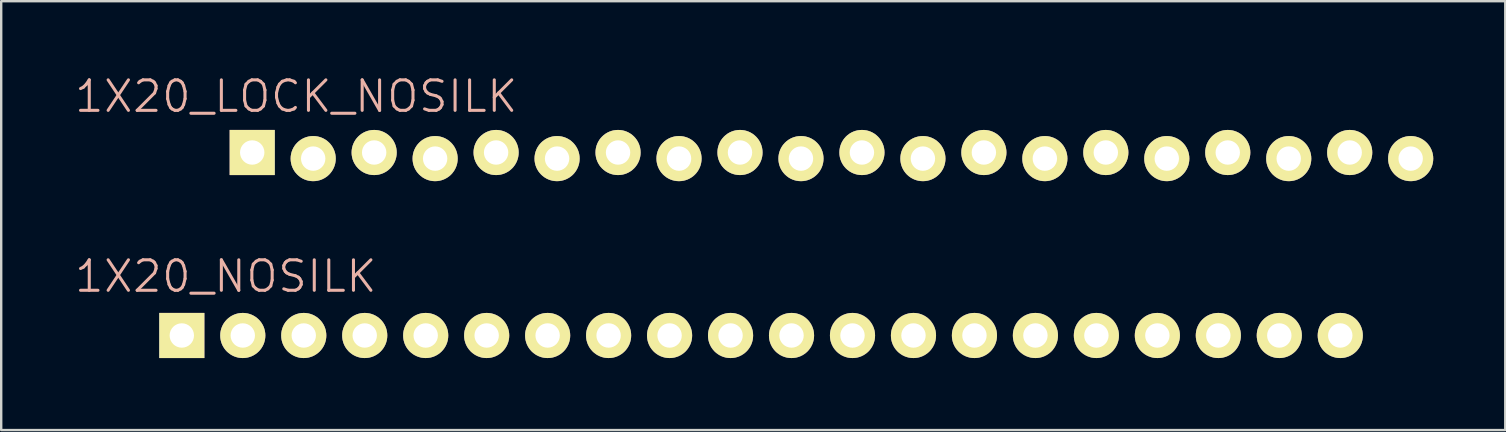
<source format=kicad_pcb>
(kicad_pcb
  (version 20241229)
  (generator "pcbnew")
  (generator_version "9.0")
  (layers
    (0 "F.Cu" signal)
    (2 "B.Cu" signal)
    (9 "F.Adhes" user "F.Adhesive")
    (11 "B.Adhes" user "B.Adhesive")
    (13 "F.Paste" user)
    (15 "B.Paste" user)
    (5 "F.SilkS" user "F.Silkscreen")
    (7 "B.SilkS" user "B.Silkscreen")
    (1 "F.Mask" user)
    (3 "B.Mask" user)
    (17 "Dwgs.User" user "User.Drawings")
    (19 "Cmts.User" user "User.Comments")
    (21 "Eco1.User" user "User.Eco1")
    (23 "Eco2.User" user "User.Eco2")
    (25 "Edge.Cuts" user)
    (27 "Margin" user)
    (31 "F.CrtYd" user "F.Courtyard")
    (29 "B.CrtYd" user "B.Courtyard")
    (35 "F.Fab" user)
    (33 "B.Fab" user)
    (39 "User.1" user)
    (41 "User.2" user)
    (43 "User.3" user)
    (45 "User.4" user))
  (footprint "1X20_NOSILK"
    (layer "F.Cu")
    (at 4.524 10.926)
    (property "Reference" "1X20_NOSILK" (at 1.829 -2.464 0) (layer "B.SilkS") (effects (font (size 1.27 1.27) (thickness 0.127))))
    (attr exclude_from_pos_files exclude_from_bom)
    (fp_line (start -0.254 -0.254) (end 0.254 -0.254) (stroke (width 0.066) (type solid)) (layer "F.SilkS"))
    (fp_line (start -0.254 0.254) (end -0.254 -0.254) (stroke (width 0.066) (type solid)) (layer "F.SilkS"))
    (fp_line (start -0.254 0.254) (end 0.254 0.254) (stroke (width 0.066) (type solid)) (layer "F.SilkS"))
    (fp_line (start 0.254 0.254) (end 0.254 -0.254) (stroke (width 0.066) (type solid)) (layer "F.SilkS"))
    (fp_line (start 2.286 -0.254) (end 2.794 -0.254) (stroke (width 0.066) (type solid)) (layer "F.SilkS"))
    (fp_line (start 2.286 0.254) (end 2.286 -0.254) (stroke (width 0.066) (type solid)) (layer "F.SilkS"))
    (fp_line (start 2.286 0.254) (end 2.794 0.254) (stroke (width 0.066) (type solid)) (layer "F.SilkS"))
    (fp_line (start 2.794 0.254) (end 2.794 -0.254) (stroke (width 0.066) (type solid)) (layer "F.SilkS"))
    (fp_line (start 4.826 -0.254) (end 5.334 -0.254) (stroke (width 0.066) (type solid)) (layer "F.SilkS"))
    (fp_line (start 4.826 0.254) (end 4.826 -0.254) (stroke (width 0.066) (type solid)) (layer "F.SilkS"))
    (fp_line (start 4.826 0.254) (end 5.334 0.254) (stroke (width 0.066) (type solid)) (layer "F.SilkS"))
    (fp_line (start 5.334 0.254) (end 5.334 -0.254) (stroke (width 0.066) (type solid)) (layer "F.SilkS"))
    (fp_line (start 7.366 -0.254) (end 7.874 -0.254) (stroke (width 0.066) (type solid)) (layer "F.SilkS"))
    (fp_line (start 7.366 0.254) (end 7.366 -0.254) (stroke (width 0.066) (type solid)) (layer "F.SilkS"))
    (fp_line (start 7.366 0.254) (end 7.874 0.254) (stroke (width 0.066) (type solid)) (layer "F.SilkS"))
    (fp_line (start 7.874 0.254) (end 7.874 -0.254) (stroke (width 0.066) (type solid)) (layer "F.SilkS"))
    (fp_line (start 9.906 -0.254) (end 10.414 -0.254) (stroke (width 0.066) (type solid)) (layer "F.SilkS"))
    (fp_line (start 9.906 0.254) (end 9.906 -0.254) (stroke (width 0.066) (type solid)) (layer "F.SilkS"))
    (fp_line (start 9.906 0.254) (end 10.414 0.254) (stroke (width 0.066) (type solid)) (layer "F.SilkS"))
    (fp_line (start 10.414 0.254) (end 10.414 -0.254) (stroke (width 0.066) (type solid)) (layer "F.SilkS"))
    (fp_line (start 12.446 -0.254) (end 12.954 -0.254) (stroke (width 0.066) (type solid)) (layer "F.SilkS"))
    (fp_line (start 12.446 0.254) (end 12.446 -0.254) (stroke (width 0.066) (type solid)) (layer "F.SilkS"))
    (fp_line (start 12.446 0.254) (end 12.954 0.254) (stroke (width 0.066) (type solid)) (layer "F.SilkS"))
    (fp_line (start 12.954 0.254) (end 12.954 -0.254) (stroke (width 0.066) (type solid)) (layer "F.SilkS"))
    (fp_line (start 14.986 -0.254) (end 15.494 -0.254) (stroke (width 0.066) (type solid)) (layer "F.SilkS"))
    (fp_line (start 14.986 0.254) (end 14.986 -0.254) (stroke (width 0.066) (type solid)) (layer "F.SilkS"))
    (fp_line (start 14.986 0.254) (end 15.494 0.254) (stroke (width 0.066) (type solid)) (layer "F.SilkS"))
    (fp_line (start 15.494 0.254) (end 15.494 -0.254) (stroke (width 0.066) (type solid)) (layer "F.SilkS"))
    (fp_line (start 17.523 -0.254) (end 18.034 -0.254) (stroke (width 0.066) (type solid)) (layer "F.SilkS"))
    (fp_line (start 17.523 0.254) (end 17.523 -0.254) (stroke (width 0.066) (type solid)) (layer "F.SilkS"))
    (fp_line (start 17.523 0.254) (end 18.034 0.254) (stroke (width 0.066) (type solid)) (layer "F.SilkS"))
    (fp_line (start 18.034 0.254) (end 18.034 -0.254) (stroke (width 0.066) (type solid)) (layer "F.SilkS"))
    (fp_line (start 20.066 -0.254) (end 20.574 -0.254) (stroke (width 0.066) (type solid)) (layer "F.SilkS"))
    (fp_line (start 20.066 0.254) (end 20.066 -0.254) (stroke (width 0.066) (type solid)) (layer "F.SilkS"))
    (fp_line (start 20.066 0.254) (end 20.574 0.254) (stroke (width 0.066) (type solid)) (layer "F.SilkS"))
    (fp_line (start 20.574 0.254) (end 20.574 -0.254) (stroke (width 0.066) (type solid)) (layer "F.SilkS"))
    (fp_line (start 22.606 -0.254) (end 23.114 -0.254) (stroke (width 0.066) (type solid)) (layer "F.SilkS"))
    (fp_line (start 22.606 0.254) (end 22.606 -0.254) (stroke (width 0.066) (type solid)) (layer "F.SilkS"))
    (fp_line (start 22.606 0.254) (end 23.114 0.254) (stroke (width 0.066) (type solid)) (layer "F.SilkS"))
    (fp_line (start 23.114 0.254) (end 23.114 -0.254) (stroke (width 0.066) (type solid)) (layer "F.SilkS"))
    (fp_line (start 25.146 -0.254) (end 25.654 -0.254) (stroke (width 0.066) (type solid)) (layer "F.SilkS"))
    (fp_line (start 25.146 0.254) (end 25.146 -0.254) (stroke (width 0.066) (type solid)) (layer "F.SilkS"))
    (fp_line (start 25.146 0.254) (end 25.654 0.254) (stroke (width 0.066) (type solid)) (layer "F.SilkS"))
    (fp_line (start 25.654 0.254) (end 25.654 -0.254) (stroke (width 0.066) (type solid)) (layer "F.SilkS"))
    (fp_line (start 27.686 -0.254) (end 28.194 -0.254) (stroke (width 0.066) (type solid)) (layer "F.SilkS"))
    (fp_line (start 27.686 0.254) (end 27.686 -0.254) (stroke (width 0.066) (type solid)) (layer "F.SilkS"))
    (fp_line (start 27.686 0.254) (end 28.194 0.254) (stroke (width 0.066) (type solid)) (layer "F.SilkS"))
    (fp_line (start 28.194 0.254) (end 28.194 -0.254) (stroke (width 0.066) (type solid)) (layer "F.SilkS"))
    (fp_line (start 30.226 -0.254) (end 30.734 -0.254) (stroke (width 0.066) (type solid)) (layer "F.SilkS"))
    (fp_line (start 30.226 0.254) (end 30.226 -0.254) (stroke (width 0.066) (type solid)) (layer "F.SilkS"))
    (fp_line (start 30.226 0.254) (end 30.734 0.254) (stroke (width 0.066) (type solid)) (layer "F.SilkS"))
    (fp_line (start 30.734 0.254) (end 30.734 -0.254) (stroke (width 0.066) (type solid)) (layer "F.SilkS"))
    (fp_line (start 32.766 -0.254) (end 33.274 -0.254) (stroke (width 0.066) (type solid)) (layer "F.SilkS"))
    (fp_line (start 32.766 0.254) (end 32.766 -0.254) (stroke (width 0.066) (type solid)) (layer "F.SilkS"))
    (fp_line (start 32.766 0.254) (end 33.274 0.254) (stroke (width 0.066) (type solid)) (layer "F.SilkS"))
    (fp_line (start 33.274 0.254) (end 33.274 -0.254) (stroke (width 0.066) (type solid)) (layer "F.SilkS"))
    (fp_line (start 35.303 -0.254) (end 35.814 -0.254) (stroke (width 0.066) (type solid)) (layer "F.SilkS"))
    (fp_line (start 35.303 0.254) (end 35.303 -0.254) (stroke (width 0.066) (type solid)) (layer "F.SilkS"))
    (fp_line (start 35.303 0.254) (end 35.814 0.254) (stroke (width 0.066) (type solid)) (layer "F.SilkS"))
    (fp_line (start 35.814 0.254) (end 35.814 -0.254) (stroke (width 0.066) (type solid)) (layer "F.SilkS"))
    (fp_line (start 37.846 -0.254) (end 38.354 -0.254) (stroke (width 0.066) (type solid)) (layer "F.SilkS"))
    (fp_line (start 37.846 0.254) (end 37.846 -0.254) (stroke (width 0.066) (type solid)) (layer "F.SilkS"))
    (fp_line (start 37.846 0.254) (end 38.354 0.254) (stroke (width 0.066) (type solid)) (layer "F.SilkS"))
    (fp_line (start 38.354 0.254) (end 38.354 -0.254) (stroke (width 0.066) (type solid)) (layer "F.SilkS"))
    (fp_line (start 40.386 -0.254) (end 40.894 -0.254) (stroke (width 0.066) (type solid)) (layer "F.SilkS"))
    (fp_line (start 40.386 0.254) (end 40.386 -0.254) (stroke (width 0.066) (type solid)) (layer "F.SilkS"))
    (fp_line (start 40.386 0.254) (end 40.894 0.254) (stroke (width 0.066) (type solid)) (layer "F.SilkS"))
    (fp_line (start 40.894 0.254) (end 40.894 -0.254) (stroke (width 0.066) (type solid)) (layer "F.SilkS"))
    (fp_line (start 42.926 -0.254) (end 43.434 -0.254) (stroke (width 0.066) (type solid)) (layer "F.SilkS"))
    (fp_line (start 42.926 0.254) (end 42.926 -0.254) (stroke (width 0.066) (type solid)) (layer "F.SilkS"))
    (fp_line (start 42.926 0.254) (end 43.434 0.254) (stroke (width 0.066) (type solid)) (layer "F.SilkS"))
    (fp_line (start 43.434 0.254) (end 43.434 -0.254) (stroke (width 0.066) (type solid)) (layer "F.SilkS"))
    (fp_line (start 45.466 -0.254) (end 45.974 -0.254) (stroke (width 0.066) (type solid)) (layer "F.SilkS"))
    (fp_line (start 45.466 0.254) (end 45.466 -0.254) (stroke (width 0.066) (type solid)) (layer "F.SilkS"))
    (fp_line (start 45.466 0.254) (end 45.974 0.254) (stroke (width 0.066) (type solid)) (layer "F.SilkS"))
    (fp_line (start 45.974 0.254) (end 45.974 -0.254) (stroke (width 0.066) (type solid)) (layer "F.SilkS"))
    (fp_line (start 48.006 -0.254) (end 48.514 -0.254) (stroke (width 0.066) (type solid)) (layer "F.SilkS"))
    (fp_line (start 48.006 0.254) (end 48.006 -0.254) (stroke (width 0.066) (type solid)) (layer "F.SilkS"))
    (fp_line (start 48.006 0.254) (end 48.514 0.254) (stroke (width 0.066) (type solid)) (layer "F.SilkS"))
    (fp_line (start 48.514 0.254) (end 48.514 -0.254) (stroke (width 0.066) (type solid)) (layer "F.SilkS"))
    (pad "1" thru_hole rect (at 0 0) (size 1.88 1.88) (drill 1.016) (layers "*.Cu" "F.Mask" "F.SilkS" "F.Paste"))
    (pad "2" thru_hole circle (at 2.54 0) (size 1.88 1.88) (drill 1.016) (layers "*.Cu" "F.Mask" "F.SilkS" "F.Paste"))
    (pad "3" thru_hole circle (at 5.08 0) (size 1.88 1.88) (drill 1.016) (layers "*.Cu" "F.Mask" "F.SilkS" "F.Paste"))
    (pad "4" thru_hole circle (at 7.62 0) (size 1.88 1.88) (drill 1.016) (layers "*.Cu" "F.Mask" "F.SilkS" "F.Paste"))
    (pad "5" thru_hole circle (at 10.16 0) (size 1.88 1.88) (drill 1.016) (layers "*.Cu" "F.Mask" "F.SilkS" "F.Paste"))
    (pad "6" thru_hole circle (at 12.7 0) (size 1.88 1.88) (drill 1.016) (layers "*.Cu" "F.Mask" "F.SilkS" "F.Paste"))
    (pad "7" thru_hole circle (at 15.24 0) (size 1.88 1.88) (drill 1.016) (layers "*.Cu" "F.Mask" "F.SilkS" "F.Paste"))
    (pad "8" thru_hole circle (at 17.78 0) (size 1.88 1.88) (drill 1.016) (layers "*.Cu" "F.Mask" "F.SilkS" "F.Paste"))
    (pad "9" thru_hole circle (at 20.32 0) (size 1.88 1.88) (drill 1.016) (layers "*.Cu" "F.Mask" "F.SilkS" "F.Paste"))
    (pad "10" thru_hole circle (at 22.86 0) (size 1.88 1.88) (drill 1.016) (layers "*.Cu" "F.Mask" "F.SilkS" "F.Paste"))
    (pad "11" thru_hole circle (at 25.4 0) (size 1.88 1.88) (drill 1.016) (layers "*.Cu" "F.Mask" "F.SilkS" "F.Paste"))
    (pad "12" thru_hole circle (at 27.94 0) (size 1.88 1.88) (drill 1.016) (layers "*.Cu" "F.Mask" "F.SilkS" "F.Paste"))
    (pad "13" thru_hole circle (at 30.48 0) (size 1.88 1.88) (drill 1.016) (layers "*.Cu" "F.Mask" "F.SilkS" "F.Paste"))
    (pad "14" thru_hole circle (at 33.02 0) (size 1.88 1.88) (drill 1.016) (layers "*.Cu" "F.Mask" "F.SilkS" "F.Paste"))
    (pad "15" thru_hole circle (at 35.56 0) (size 1.88 1.88) (drill 1.016) (layers "*.Cu" "F.Mask" "F.SilkS" "F.Paste"))
    (pad "16" thru_hole circle (at 38.1 0) (size 1.88 1.88) (drill 1.016) (layers "*.Cu" "F.Mask" "F.SilkS" "F.Paste"))
    (pad "17" thru_hole circle (at 40.64 0) (size 1.88 1.88) (drill 1.016) (layers "*.Cu" "F.Mask" "F.SilkS" "F.Paste"))
    (pad "18" thru_hole circle (at 43.18 0) (size 1.88 1.88) (drill 1.016) (layers "*.Cu" "F.Mask" "F.SilkS" "F.Paste"))
    (pad "19" thru_hole circle (at 45.72 0) (size 1.88 1.88) (drill 1.016) (layers "*.Cu" "F.Mask" "F.SilkS" "F.Paste"))
    (pad "20" thru_hole circle (at 48.26 0) (size 1.88 1.88) (drill 1.016) (layers "*.Cu" "F.Mask" "F.SilkS" "F.Paste")))
  (footprint "1X20_LOCK_NOSILK"
    (layer "F.Cu")
    (at 7.457 3.43)
    (property "Reference" "1X20_LOCK_NOSILK" (at 1.829 -2.464 0) (layer "B.SilkS") (effects (font (size 1.27 1.27) (thickness 0.127))))
    (attr exclude_from_pos_files exclude_from_bom)
    (fp_line (start -0.254 -0.254) (end 0.254 -0.254) (stroke (width 0.066) (type solid)) (layer "F.SilkS"))
    (fp_line (start -0.254 0.254) (end -0.254 -0.254) (stroke (width 0.066) (type solid)) (layer "F.SilkS"))
    (fp_line (start -0.254 0.254) (end 0.254 0.254) (stroke (width 0.066) (type solid)) (layer "F.SilkS"))
    (fp_line (start 0.254 0.254) (end 0.254 -0.254) (stroke (width 0.066) (type solid)) (layer "F.SilkS"))
    (fp_line (start 2.286 -0.254) (end 2.794 -0.254) (stroke (width 0.066) (type solid)) (layer "F.SilkS"))
    (fp_line (start 2.286 0.254) (end 2.286 -0.254) (stroke (width 0.066) (type solid)) (layer "F.SilkS"))
    (fp_line (start 2.286 0.254) (end 2.794 0.254) (stroke (width 0.066) (type solid)) (layer "F.SilkS"))
    (fp_line (start 2.794 0.254) (end 2.794 -0.254) (stroke (width 0.066) (type solid)) (layer "F.SilkS"))
    (fp_line (start 4.826 -0.254) (end 5.334 -0.254) (stroke (width 0.066) (type solid)) (layer "F.SilkS"))
    (fp_line (start 4.826 0.254) (end 4.826 -0.254) (stroke (width 0.066) (type solid)) (layer "F.SilkS"))
    (fp_line (start 4.826 0.254) (end 5.334 0.254) (stroke (width 0.066) (type solid)) (layer "F.SilkS"))
    (fp_line (start 5.334 0.254) (end 5.334 -0.254) (stroke (width 0.066) (type solid)) (layer "F.SilkS"))
    (fp_line (start 7.366 -0.254) (end 7.874 -0.254) (stroke (width 0.066) (type solid)) (layer "F.SilkS"))
    (fp_line (start 7.366 0.254) (end 7.366 -0.254) (stroke (width 0.066) (type solid)) (layer "F.SilkS"))
    (fp_line (start 7.366 0.254) (end 7.874 0.254) (stroke (width 0.066) (type solid)) (layer "F.SilkS"))
    (fp_line (start 7.874 0.254) (end 7.874 -0.254) (stroke (width 0.066) (type solid)) (layer "F.SilkS"))
    (fp_line (start 9.906 -0.254) (end 10.414 -0.254) (stroke (width 0.066) (type solid)) (layer "F.SilkS"))
    (fp_line (start 9.906 0.254) (end 9.906 -0.254) (stroke (width 0.066) (type solid)) (layer "F.SilkS"))
    (fp_line (start 9.906 0.254) (end 10.414 0.254) (stroke (width 0.066) (type solid)) (layer "F.SilkS"))
    (fp_line (start 10.414 0.254) (end 10.414 -0.254) (stroke (width 0.066) (type solid)) (layer "F.SilkS"))
    (fp_line (start 12.446 -0.254) (end 12.954 -0.254) (stroke (width 0.066) (type solid)) (layer "F.SilkS"))
    (fp_line (start 12.446 0.254) (end 12.446 -0.254) (stroke (width 0.066) (type solid)) (layer "F.SilkS"))
    (fp_line (start 12.446 0.254) (end 12.954 0.254) (stroke (width 0.066) (type solid)) (layer "F.SilkS"))
    (fp_line (start 12.954 0.254) (end 12.954 -0.254) (stroke (width 0.066) (type solid)) (layer "F.SilkS"))
    (fp_line (start 14.986 -0.254) (end 15.494 -0.254) (stroke (width 0.066) (type solid)) (layer "F.SilkS"))
    (fp_line (start 14.986 0.254) (end 14.986 -0.254) (stroke (width 0.066) (type solid)) (layer "F.SilkS"))
    (fp_line (start 14.986 0.254) (end 15.494 0.254) (stroke (width 0.066) (type solid)) (layer "F.SilkS"))
    (fp_line (start 15.494 0.254) (end 15.494 -0.254) (stroke (width 0.066) (type solid)) (layer "F.SilkS"))
    (fp_line (start 17.523 -0.254) (end 18.034 -0.254) (stroke (width 0.066) (type solid)) (layer "F.SilkS"))
    (fp_line (start 17.523 0.254) (end 17.523 -0.254) (stroke (width 0.066) (type solid)) (layer "F.SilkS"))
    (fp_line (start 17.523 0.254) (end 18.034 0.254) (stroke (width 0.066) (type solid)) (layer "F.SilkS"))
    (fp_line (start 18.034 0.254) (end 18.034 -0.254) (stroke (width 0.066) (type solid)) (layer "F.SilkS"))
    (fp_line (start 20.066 -0.254) (end 20.574 -0.254) (stroke (width 0.066) (type solid)) (layer "F.SilkS"))
    (fp_line (start 20.066 0.254) (end 20.066 -0.254) (stroke (width 0.066) (type solid)) (layer "F.SilkS"))
    (fp_line (start 20.066 0.254) (end 20.574 0.254) (stroke (width 0.066) (type solid)) (layer "F.SilkS"))
    (fp_line (start 20.574 0.254) (end 20.574 -0.254) (stroke (width 0.066) (type solid)) (layer "F.SilkS"))
    (fp_line (start 22.606 -0.254) (end 23.114 -0.254) (stroke (width 0.066) (type solid)) (layer "F.SilkS"))
    (fp_line (start 22.606 0.254) (end 22.606 -0.254) (stroke (width 0.066) (type solid)) (layer "F.SilkS"))
    (fp_line (start 22.606 0.254) (end 23.114 0.254) (stroke (width 0.066) (type solid)) (layer "F.SilkS"))
    (fp_line (start 23.114 0.254) (end 23.114 -0.254) (stroke (width 0.066) (type solid)) (layer "F.SilkS"))
    (fp_line (start 25.146 -0.254) (end 25.654 -0.254) (stroke (width 0.066) (type solid)) (layer "F.SilkS"))
    (fp_line (start 25.146 0.254) (end 25.146 -0.254) (stroke (width 0.066) (type solid)) (layer "F.SilkS"))
    (fp_line (start 25.146 0.254) (end 25.654 0.254) (stroke (width 0.066) (type solid)) (layer "F.SilkS"))
    (fp_line (start 25.654 0.254) (end 25.654 -0.254) (stroke (width 0.066) (type solid)) (layer "F.SilkS"))
    (fp_line (start 27.686 -0.254) (end 28.194 -0.254) (stroke (width 0.066) (type solid)) (layer "F.SilkS"))
    (fp_line (start 27.686 0.254) (end 27.686 -0.254) (stroke (width 0.066) (type solid)) (layer "F.SilkS"))
    (fp_line (start 27.686 0.254) (end 28.194 0.254) (stroke (width 0.066) (type solid)) (layer "F.SilkS"))
    (fp_line (start 28.194 0.254) (end 28.194 -0.254) (stroke (width 0.066) (type solid)) (layer "F.SilkS"))
    (fp_line (start 30.226 -0.254) (end 30.734 -0.254) (stroke (width 0.066) (type solid)) (layer "F.SilkS"))
    (fp_line (start 30.226 0.254) (end 30.226 -0.254) (stroke (width 0.066) (type solid)) (layer "F.SilkS"))
    (fp_line (start 30.226 0.254) (end 30.734 0.254) (stroke (width 0.066) (type solid)) (layer "F.SilkS"))
    (fp_line (start 30.734 0.254) (end 30.734 -0.254) (stroke (width 0.066) (type solid)) (layer "F.SilkS"))
    (fp_line (start 32.766 -0.254) (end 33.274 -0.254) (stroke (width 0.066) (type solid)) (layer "F.SilkS"))
    (fp_line (start 32.766 0.254) (end 32.766 -0.254) (stroke (width 0.066) (type solid)) (layer "F.SilkS"))
    (fp_line (start 32.766 0.254) (end 33.274 0.254) (stroke (width 0.066) (type solid)) (layer "F.SilkS"))
    (fp_line (start 33.274 0.254) (end 33.274 -0.254) (stroke (width 0.066) (type solid)) (layer "F.SilkS"))
    (fp_line (start 35.303 -0.254) (end 35.814 -0.254) (stroke (width 0.066) (type solid)) (layer "F.SilkS"))
    (fp_line (start 35.303 0.254) (end 35.303 -0.254) (stroke (width 0.066) (type solid)) (layer "F.SilkS"))
    (fp_line (start 35.303 0.254) (end 35.814 0.254) (stroke (width 0.066) (type solid)) (layer "F.SilkS"))
    (fp_line (start 35.814 0.254) (end 35.814 -0.254) (stroke (width 0.066) (type solid)) (layer "F.SilkS"))
    (fp_line (start 37.846 -0.254) (end 38.354 -0.254) (stroke (width 0.066) (type solid)) (layer "F.SilkS"))
    (fp_line (start 37.846 0.254) (end 37.846 -0.254) (stroke (width 0.066) (type solid)) (layer "F.SilkS"))
    (fp_line (start 37.846 0.254) (end 38.354 0.254) (stroke (width 0.066) (type solid)) (layer "F.SilkS"))
    (fp_line (start 38.354 0.254) (end 38.354 -0.254) (stroke (width 0.066) (type solid)) (layer "F.SilkS"))
    (fp_line (start 40.386 -0.254) (end 40.894 -0.254) (stroke (width 0.066) (type solid)) (layer "F.SilkS"))
    (fp_line (start 40.386 0.254) (end 40.386 -0.254) (stroke (width 0.066) (type solid)) (layer "F.SilkS"))
    (fp_line (start 40.386 0.254) (end 40.894 0.254) (stroke (width 0.066) (type solid)) (layer "F.SilkS"))
    (fp_line (start 40.894 0.254) (end 40.894 -0.254) (stroke (width 0.066) (type solid)) (layer "F.SilkS"))
    (fp_line (start 42.926 -0.254) (end 43.434 -0.254) (stroke (width 0.066) (type solid)) (layer "F.SilkS"))
    (fp_line (start 42.926 0.254) (end 42.926 -0.254) (stroke (width 0.066) (type solid)) (layer "F.SilkS"))
    (fp_line (start 42.926 0.254) (end 43.434 0.254) (stroke (width 0.066) (type solid)) (layer "F.SilkS"))
    (fp_line (start 43.434 0.254) (end 43.434 -0.254) (stroke (width 0.066) (type solid)) (layer "F.SilkS"))
    (fp_line (start 45.466 -0.254) (end 45.974 -0.254) (stroke (width 0.066) (type solid)) (layer "F.SilkS"))
    (fp_line (start 45.466 0.254) (end 45.466 -0.254) (stroke (width 0.066) (type solid)) (layer "F.SilkS"))
    (fp_line (start 45.466 0.254) (end 45.974 0.254) (stroke (width 0.066) (type solid)) (layer "F.SilkS"))
    (fp_line (start 45.974 0.254) (end 45.974 -0.254) (stroke (width 0.066) (type solid)) (layer "F.SilkS"))
    (fp_line (start 48.006 -0.254) (end 48.514 -0.254) (stroke (width 0.066) (type solid)) (layer "F.SilkS"))
    (fp_line (start 48.006 0.254) (end 48.006 -0.254) (stroke (width 0.066) (type solid)) (layer "F.SilkS"))
    (fp_line (start 48.006 0.254) (end 48.514 0.254) (stroke (width 0.066) (type solid)) (layer "F.SilkS"))
    (fp_line (start 48.514 0.254) (end 48.514 -0.254) (stroke (width 0.066) (type solid)) (layer "F.SilkS"))
    (pad "1" thru_hole rect (at 0 -0.127) (size 1.88 1.88) (drill 1.016) (layers "*.Cu" "F.Mask" "F.SilkS" "F.Paste"))
    (pad "2" thru_hole circle (at 2.54 0.127) (size 1.88 1.88) (drill 1.016) (layers "*.Cu" "F.Mask" "F.SilkS" "F.Paste"))
    (pad "3" thru_hole circle (at 5.08 -0.127) (size 1.88 1.88) (drill 1.016) (layers "*.Cu" "F.Mask" "F.SilkS" "F.Paste"))
    (pad "4" thru_hole circle (at 7.62 0.127) (size 1.88 1.88) (drill 1.016) (layers "*.Cu" "F.Mask" "F.SilkS" "F.Paste"))
    (pad "5" thru_hole circle (at 10.16 -0.127) (size 1.88 1.88) (drill 1.016) (layers "*.Cu" "F.Mask" "F.SilkS" "F.Paste"))
    (pad "6" thru_hole circle (at 12.7 0.127) (size 1.88 1.88) (drill 1.016) (layers "*.Cu" "F.Mask" "F.SilkS" "F.Paste"))
    (pad "7" thru_hole circle (at 15.24 -0.127) (size 1.88 1.88) (drill 1.016) (layers "*.Cu" "F.Mask" "F.SilkS" "F.Paste"))
    (pad "8" thru_hole circle (at 17.78 0.127) (size 1.88 1.88) (drill 1.016) (layers "*.Cu" "F.Mask" "F.SilkS" "F.Paste"))
    (pad "9" thru_hole circle (at 20.32 -0.127) (size 1.88 1.88) (drill 1.016) (layers "*.Cu" "F.Mask" "F.SilkS" "F.Paste"))
    (pad "10" thru_hole circle (at 22.86 0.127) (size 1.88 1.88) (drill 1.016) (layers "*.Cu" "F.Mask" "F.SilkS" "F.Paste"))
    (pad "11" thru_hole circle (at 25.4 -0.127) (size 1.88 1.88) (drill 1.016) (layers "*.Cu" "F.Mask" "F.SilkS" "F.Paste"))
    (pad "12" thru_hole circle (at 27.94 0.127) (size 1.88 1.88) (drill 1.016) (layers "*.Cu" "F.Mask" "F.SilkS" "F.Paste"))
    (pad "13" thru_hole circle (at 30.48 -0.127) (size 1.88 1.88) (drill 1.016) (layers "*.Cu" "F.Mask" "F.SilkS" "F.Paste"))
    (pad "14" thru_hole circle (at 33.02 0.127) (size 1.88 1.88) (drill 1.016) (layers "*.Cu" "F.Mask" "F.SilkS" "F.Paste"))
    (pad "15" thru_hole circle (at 35.56 -0.127) (size 1.88 1.88) (drill 1.016) (layers "*.Cu" "F.Mask" "F.SilkS" "F.Paste"))
    (pad "16" thru_hole circle (at 38.1 0.127) (size 1.88 1.88) (drill 1.016) (layers "*.Cu" "F.Mask" "F.SilkS" "F.Paste"))
    (pad "17" thru_hole circle (at 40.64 -0.127) (size 1.88 1.88) (drill 1.016) (layers "*.Cu" "F.Mask" "F.SilkS" "F.Paste"))
    (pad "18" thru_hole circle (at 43.18 0.127) (size 1.88 1.88) (drill 1.016) (layers "*.Cu" "F.Mask" "F.SilkS" "F.Paste"))
    (pad "19" thru_hole circle (at 45.72 -0.127) (size 1.88 1.88) (drill 1.016) (layers "*.Cu" "F.Mask" "F.SilkS" "F.Paste"))
    (pad "20" thru_hole circle (at 48.26 0.127) (size 1.88 1.88) (drill 1.016) (layers "*.Cu" "F.Mask" "F.SilkS" "F.Paste")))
  (gr_rect
    (start -3 -3)
    (end 59.657 14.866)
    (stroke (width 0.1) (type default))
    (fill no)
    (layer "Edge.Cuts")))
</source>
